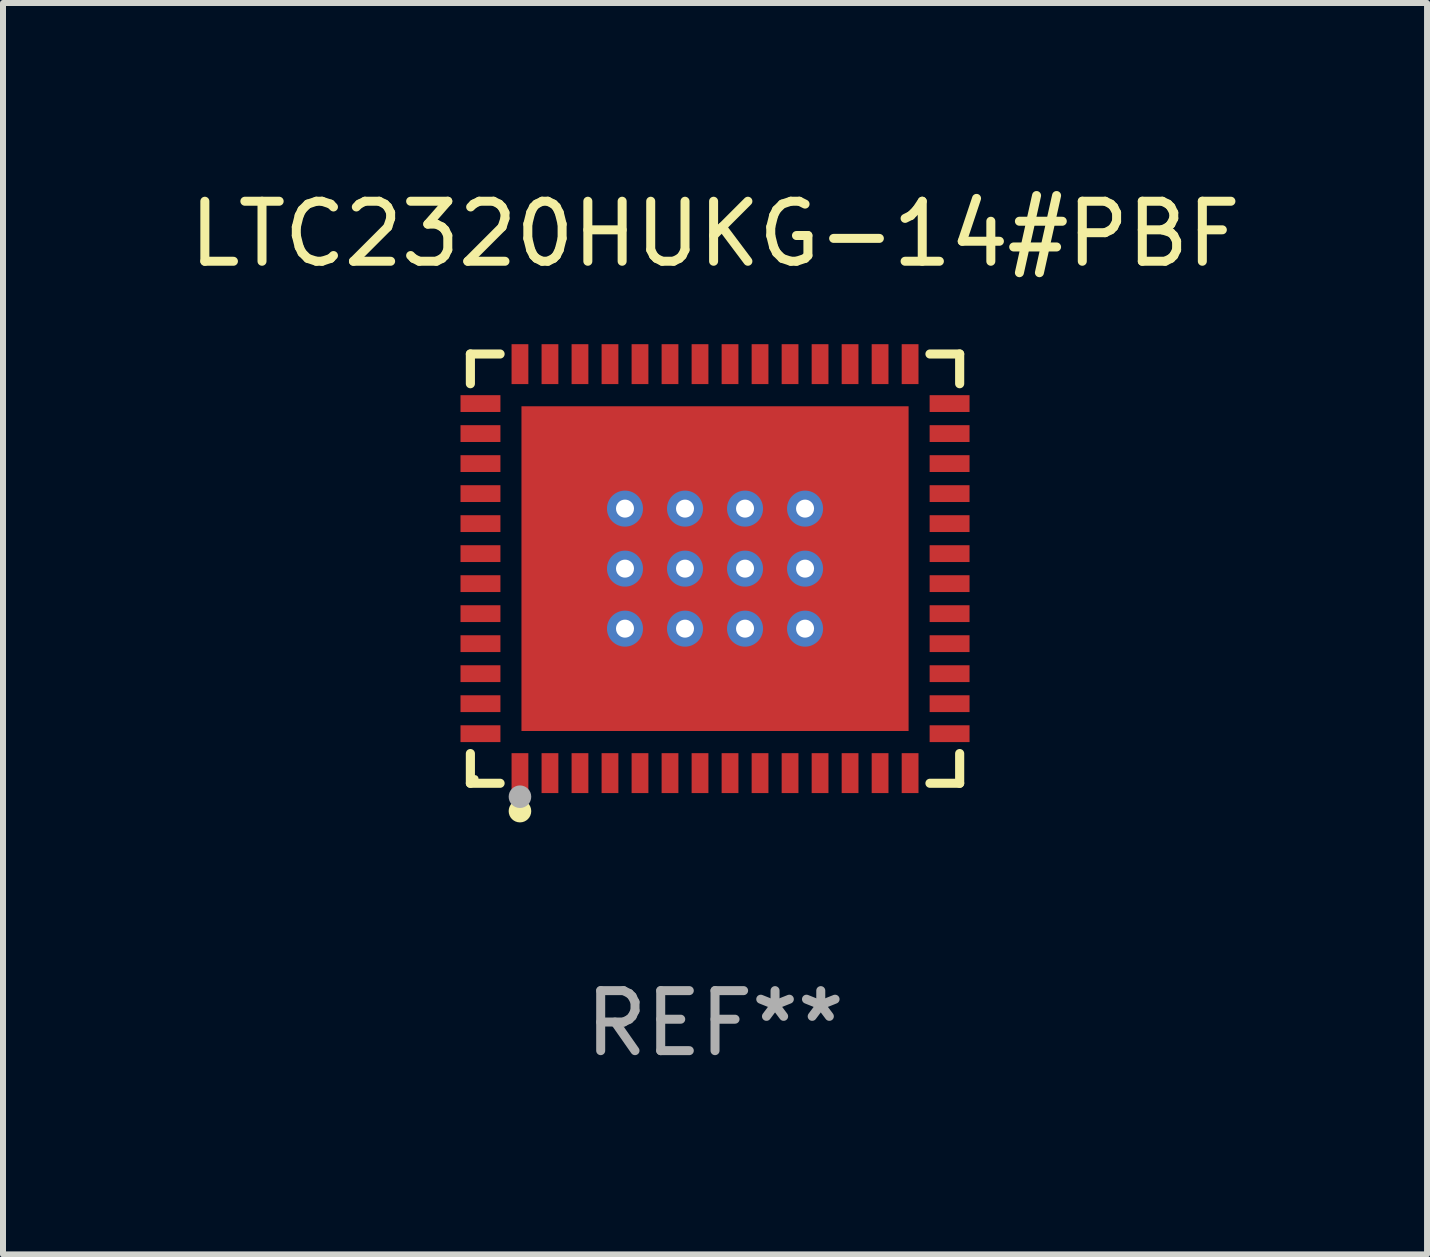
<source format=kicad_pcb>
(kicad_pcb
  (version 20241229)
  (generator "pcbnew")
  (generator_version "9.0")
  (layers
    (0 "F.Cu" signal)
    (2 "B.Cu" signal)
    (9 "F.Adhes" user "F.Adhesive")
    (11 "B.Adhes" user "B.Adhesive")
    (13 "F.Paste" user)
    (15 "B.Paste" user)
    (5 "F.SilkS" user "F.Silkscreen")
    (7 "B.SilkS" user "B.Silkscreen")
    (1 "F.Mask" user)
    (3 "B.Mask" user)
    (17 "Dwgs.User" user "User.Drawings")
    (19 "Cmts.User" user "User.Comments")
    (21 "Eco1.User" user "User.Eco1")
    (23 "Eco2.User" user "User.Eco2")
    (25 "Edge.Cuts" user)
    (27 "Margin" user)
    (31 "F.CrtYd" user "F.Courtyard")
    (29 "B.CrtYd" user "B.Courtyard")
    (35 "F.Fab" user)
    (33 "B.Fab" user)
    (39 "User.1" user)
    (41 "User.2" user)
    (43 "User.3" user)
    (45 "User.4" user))
  (footprint "LTC2320HUKG-14#PBF"
    (layer "F.Cu")
    (at 8.863 6.424)
    (property "Reference" "LTC2320HUKG-14#PBF" (at 0 -5.576 0) (layer "F.SilkS") (effects (font (size 1 1) (thickness 0.15))))
    (attr through_hole)
    (fp_line (start -4.076 -3.576) (end -3.581 -3.576) (stroke (width 0.152) (type solid)) (layer "F.SilkS"))
    (fp_line (start -4.076 -3.081) (end -4.076 -3.576) (stroke (width 0.152) (type solid)) (layer "F.SilkS"))
    (fp_line (start -4.076 3.081) (end -4.076 3.576) (stroke (width 0.152) (type solid)) (layer "F.SilkS"))
    (fp_line (start -4.076 3.576) (end -3.581 3.576) (stroke (width 0.152) (type solid)) (layer "F.SilkS"))
    (fp_line (start 4.076 -3.576) (end 3.581 -3.576) (stroke (width 0.152) (type solid)) (layer "F.SilkS"))
    (fp_line (start 4.076 -3.081) (end 4.076 -3.576) (stroke (width 0.152) (type solid)) (layer "F.SilkS"))
    (fp_line (start 4.076 3.081) (end 4.076 3.576) (stroke (width 0.152) (type solid)) (layer "F.SilkS"))
    (fp_line (start 4.076 3.576) (end 3.581 3.576) (stroke (width 0.152) (type solid)) (layer "F.SilkS"))
    (fp_circle (center -4 3.5) (end -3.97 3.5) (stroke (width 0.06) (type solid)) (fill no) (layer "F.SilkS"))
    (fp_circle (center -3.25 4.04) (end -3.156 4.04) (stroke (width 0.188) (type solid)) (fill no) (layer "F.SilkS"))
    (fp_circle (center -3.25 3.8) (end -3.156 3.8) (stroke (width 0.188) (type solid)) (fill no) (layer "F.Fab"))
    (fp_text user "REF**" (at 0 7.576 0) (layer "F.Fab") (effects (font (size 1 1) (thickness 0.15))))
    (pad "1" smd rect (at -3.25 3.407) (size 0.28 0.665) (layers "F.Cu" "F.Mask" "F.Paste"))
    (pad "2" smd rect (at -2.75 3.407) (size 0.28 0.665) (layers "F.Cu" "F.Mask" "F.Paste"))
    (pad "3" smd rect (at -2.25 3.407) (size 0.28 0.665) (layers "F.Cu" "F.Mask" "F.Paste"))
    (pad "4" smd rect (at -1.75 3.407) (size 0.28 0.665) (layers "F.Cu" "F.Mask" "F.Paste"))
    (pad "5" smd rect (at -1.25 3.407) (size 0.28 0.665) (layers "F.Cu" "F.Mask" "F.Paste"))
    (pad "6" smd rect (at -0.75 3.407) (size 0.28 0.665) (layers "F.Cu" "F.Mask" "F.Paste"))
    (pad "7" smd rect (at -0.25 3.407) (size 0.28 0.665) (layers "F.Cu" "F.Mask" "F.Paste"))
    (pad "8" smd rect (at 0.25 3.407) (size 0.28 0.665) (layers "F.Cu" "F.Mask" "F.Paste"))
    (pad "9" smd rect (at 0.75 3.407) (size 0.28 0.665) (layers "F.Cu" "F.Mask" "F.Paste"))
    (pad "10" smd rect (at 1.25 3.407) (size 0.28 0.665) (layers "F.Cu" "F.Mask" "F.Paste"))
    (pad "11" smd rect (at 1.75 3.407) (size 0.28 0.665) (layers "F.Cu" "F.Mask" "F.Paste"))
    (pad "12" smd rect (at 2.25 3.407) (size 0.28 0.665) (layers "F.Cu" "F.Mask" "F.Paste"))
    (pad "13" smd rect (at 2.75 3.407) (size 0.28 0.665) (layers "F.Cu" "F.Mask" "F.Paste"))
    (pad "14" smd rect (at 3.25 3.407) (size 0.28 0.665) (layers "F.Cu" "F.Mask" "F.Paste"))
    (pad "15" smd rect (at 3.908 2.75) (size 0.665 0.28) (layers "F.Cu" "F.Mask" "F.Paste"))
    (pad "16" smd rect (at 3.908 2.25) (size 0.665 0.28) (layers "F.Cu" "F.Mask" "F.Paste"))
    (pad "17" smd rect (at 3.908 1.75) (size 0.665 0.28) (layers "F.Cu" "F.Mask" "F.Paste"))
    (pad "18" smd rect (at 3.908 1.25) (size 0.665 0.28) (layers "F.Cu" "F.Mask" "F.Paste"))
    (pad "19" smd rect (at 3.908 0.75) (size 0.665 0.28) (layers "F.Cu" "F.Mask" "F.Paste"))
    (pad "20" smd rect (at 3.908 0.25) (size 0.665 0.28) (layers "F.Cu" "F.Mask" "F.Paste"))
    (pad "21" smd rect (at 3.908 -0.25) (size 0.665 0.28) (layers "F.Cu" "F.Mask" "F.Paste"))
    (pad "22" smd rect (at 3.908 -0.75) (size 0.665 0.28) (layers "F.Cu" "F.Mask" "F.Paste"))
    (pad "23" smd rect (at 3.908 -1.25) (size 0.665 0.28) (layers "F.Cu" "F.Mask" "F.Paste"))
    (pad "24" smd rect (at 3.908 -1.75) (size 0.665 0.28) (layers "F.Cu" "F.Mask" "F.Paste"))
    (pad "25" smd rect (at 3.908 -2.25) (size 0.665 0.28) (layers "F.Cu" "F.Mask" "F.Paste"))
    (pad "26" smd rect (at 3.908 -2.75) (size 0.665 0.28) (layers "F.Cu" "F.Mask" "F.Paste"))
    (pad "27" smd rect (at 3.25 -3.407) (size 0.28 0.665) (layers "F.Cu" "F.Mask" "F.Paste"))
    (pad "28" smd rect (at 2.75 -3.407) (size 0.28 0.665) (layers "F.Cu" "F.Mask" "F.Paste"))
    (pad "29" smd rect (at 2.25 -3.407) (size 0.28 0.665) (layers "F.Cu" "F.Mask" "F.Paste"))
    (pad "30" smd rect (at 1.75 -3.407) (size 0.28 0.665) (layers "F.Cu" "F.Mask" "F.Paste"))
    (pad "31" smd rect (at 1.25 -3.407) (size 0.28 0.665) (layers "F.Cu" "F.Mask" "F.Paste"))
    (pad "32" smd rect (at 0.75 -3.407) (size 0.28 0.665) (layers "F.Cu" "F.Mask" "F.Paste"))
    (pad "33" smd rect (at 0.25 -3.407) (size 0.28 0.665) (layers "F.Cu" "F.Mask" "F.Paste"))
    (pad "34" smd rect (at -0.25 -3.407) (size 0.28 0.665) (layers "F.Cu" "F.Mask" "F.Paste"))
    (pad "35" smd rect (at -0.75 -3.407) (size 0.28 0.665) (layers "F.Cu" "F.Mask" "F.Paste"))
    (pad "36" smd rect (at -1.25 -3.407) (size 0.28 0.665) (layers "F.Cu" "F.Mask" "F.Paste"))
    (pad "37" smd rect (at -1.75 -3.407) (size 0.28 0.665) (layers "F.Cu" "F.Mask" "F.Paste"))
    (pad "38" smd rect (at -2.25 -3.407) (size 0.28 0.665) (layers "F.Cu" "F.Mask" "F.Paste"))
    (pad "39" smd rect (at -2.75 -3.407) (size 0.28 0.665) (layers "F.Cu" "F.Mask" "F.Paste"))
    (pad "40" smd rect (at -3.25 -3.407) (size 0.28 0.665) (layers "F.Cu" "F.Mask" "F.Paste"))
    (pad "41" smd rect (at -3.908 -2.75) (size 0.665 0.28) (layers "F.Cu" "F.Mask" "F.Paste"))
    (pad "42" smd rect (at -3.908 -2.25) (size 0.665 0.28) (layers "F.Cu" "F.Mask" "F.Paste"))
    (pad "43" smd rect (at -3.908 -1.75) (size 0.665 0.28) (layers "F.Cu" "F.Mask" "F.Paste"))
    (pad "44" smd rect (at -3.908 -1.25) (size 0.665 0.28) (layers "F.Cu" "F.Mask" "F.Paste"))
    (pad "45" smd rect (at -3.908 -0.75) (size 0.665 0.28) (layers "F.Cu" "F.Mask" "F.Paste"))
    (pad "46" smd rect (at -3.908 -0.25) (size 0.665 0.28) (layers "F.Cu" "F.Mask" "F.Paste"))
    (pad "47" smd rect (at -3.908 0.25) (size 0.665 0.28) (layers "F.Cu" "F.Mask" "F.Paste"))
    (pad "48" smd rect (at -3.908 0.75) (size 0.665 0.28) (layers "F.Cu" "F.Mask" "F.Paste"))
    (pad "49" smd rect (at -3.908 1.25) (size 0.665 0.28) (layers "F.Cu" "F.Mask" "F.Paste"))
    (pad "50" smd rect (at -3.908 1.75) (size 0.665 0.28) (layers "F.Cu" "F.Mask" "F.Paste"))
    (pad "51" smd rect (at -3.908 2.25) (size 0.665 0.28) (layers "F.Cu" "F.Mask" "F.Paste"))
    (pad "52" smd rect (at -3.908 2.75) (size 0.665 0.28) (layers "F.Cu" "F.Mask" "F.Paste"))
    (pad "53" thru_hole circle (at -1.5 -1) (size 0.6 0.6) (drill 0.3) (layers "*.Cu" "*.Mask"))
    (pad "53" thru_hole circle (at -1.5 0) (size 0.6 0.6) (drill 0.3) (layers "*.Cu" "*.Mask"))
    (pad "53" thru_hole circle (at -1.5 1) (size 0.6 0.6) (drill 0.3) (layers "*.Cu" "*.Mask"))
    (pad "53" thru_hole circle (at -0.5 -1) (size 0.6 0.6) (drill 0.3) (layers "*.Cu" "*.Mask"))
    (pad "53" thru_hole circle (at -0.5 0) (size 0.6 0.6) (drill 0.3) (layers "*.Cu" "*.Mask"))
    (pad "53" thru_hole circle (at -0.5 1) (size 0.6 0.6) (drill 0.3) (layers "*.Cu" "*.Mask"))
    (pad "53" smd rect (at 0 0) (size 6.45 5.41) (layers "F.Cu" "F.Mask" "F.Paste"))
    (pad "53" thru_hole circle (at 0.5 -1) (size 0.6 0.6) (drill 0.3) (layers "*.Cu" "*.Mask"))
    (pad "53" thru_hole circle (at 0.5 0) (size 0.6 0.6) (drill 0.3) (layers "*.Cu" "*.Mask"))
    (pad "53" thru_hole circle (at 0.5 1) (size 0.6 0.6) (drill 0.3) (layers "*.Cu" "*.Mask"))
    (pad "53" thru_hole circle (at 1.5 -1) (size 0.6 0.6) (drill 0.3) (layers "*.Cu" "*.Mask"))
    (pad "53" thru_hole circle (at 1.5 0) (size 0.6 0.6) (drill 0.3) (layers "*.Cu" "*.Mask"))
    (pad "53" thru_hole circle (at 1.5 1) (size 0.6 0.6) (drill 0.3) (layers "*.Cu" "*.Mask")))
  (gr_rect
    (start -3 -3)
    (end 20.726 17.849)
    (stroke (width 0.1) (type default))
    (fill no)
    (layer "Edge.Cuts")))
</source>
